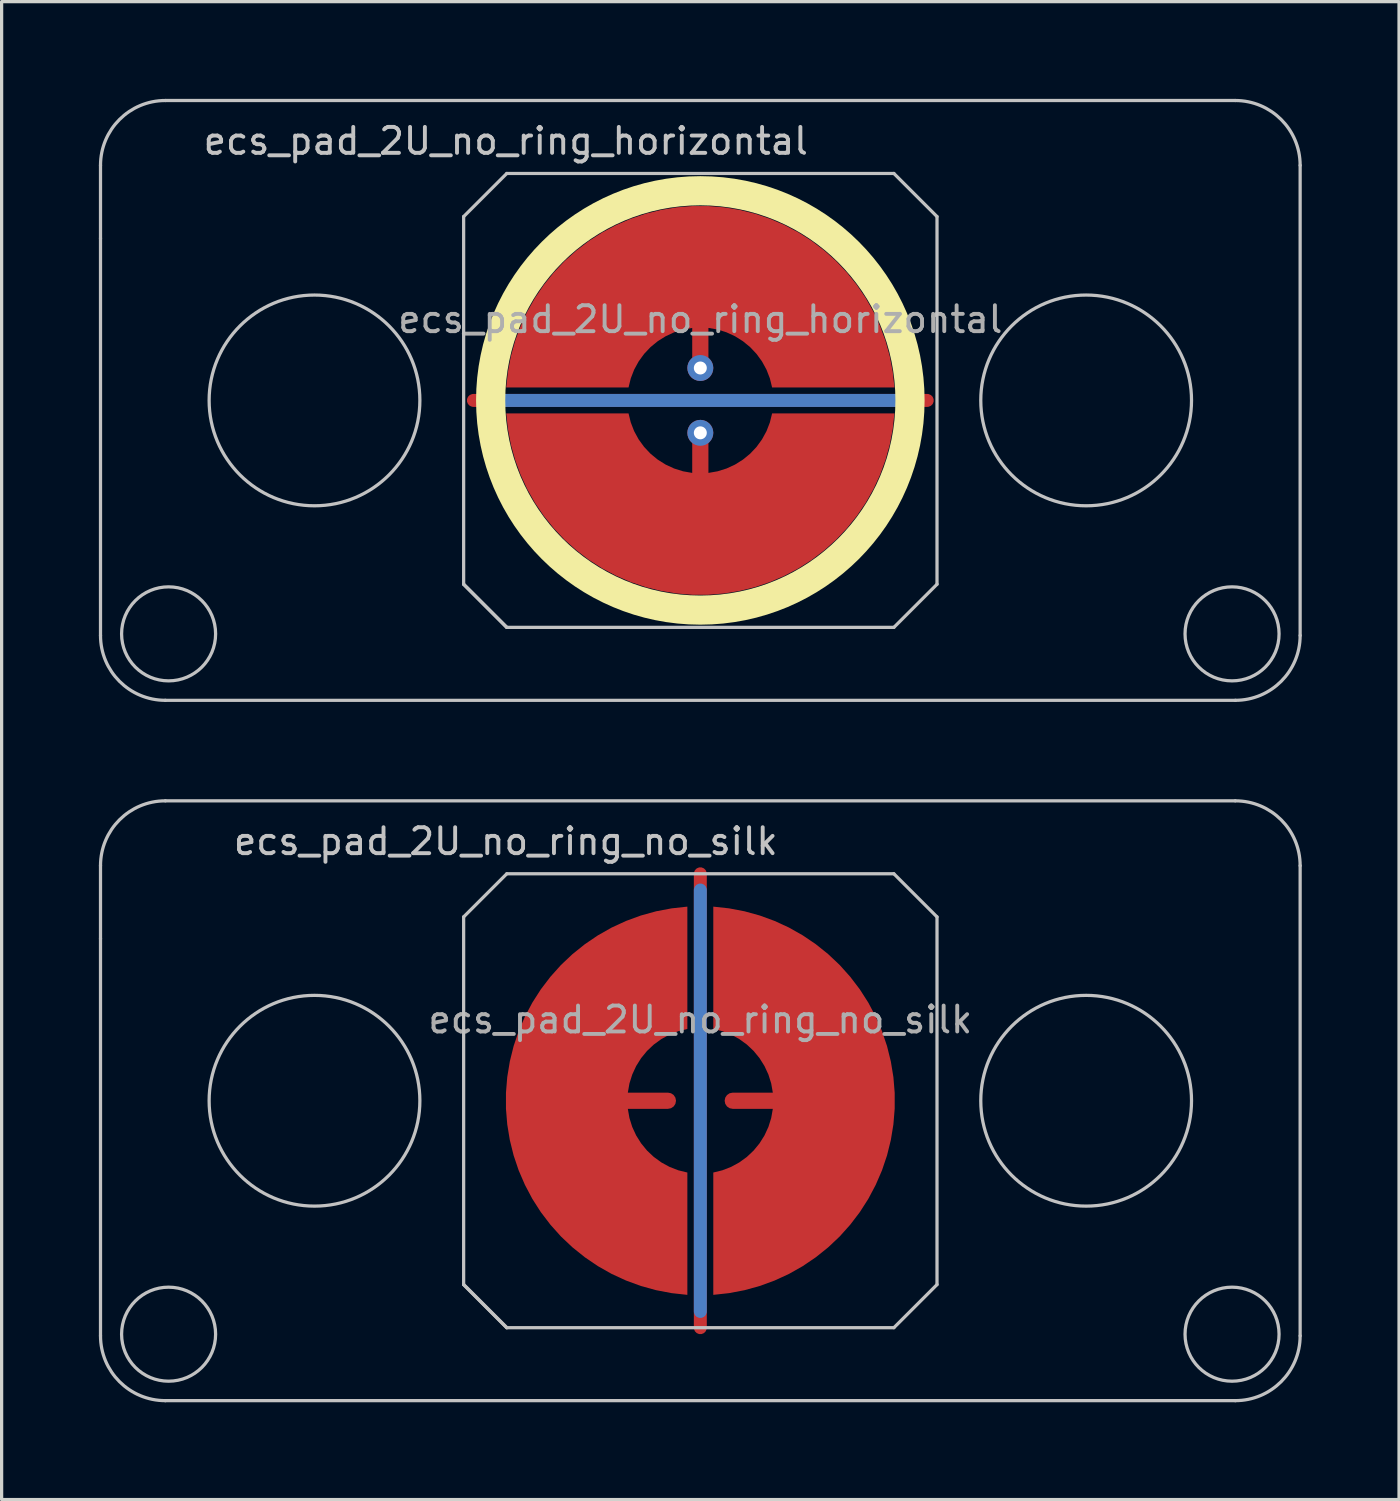
<source format=kicad_pcb>
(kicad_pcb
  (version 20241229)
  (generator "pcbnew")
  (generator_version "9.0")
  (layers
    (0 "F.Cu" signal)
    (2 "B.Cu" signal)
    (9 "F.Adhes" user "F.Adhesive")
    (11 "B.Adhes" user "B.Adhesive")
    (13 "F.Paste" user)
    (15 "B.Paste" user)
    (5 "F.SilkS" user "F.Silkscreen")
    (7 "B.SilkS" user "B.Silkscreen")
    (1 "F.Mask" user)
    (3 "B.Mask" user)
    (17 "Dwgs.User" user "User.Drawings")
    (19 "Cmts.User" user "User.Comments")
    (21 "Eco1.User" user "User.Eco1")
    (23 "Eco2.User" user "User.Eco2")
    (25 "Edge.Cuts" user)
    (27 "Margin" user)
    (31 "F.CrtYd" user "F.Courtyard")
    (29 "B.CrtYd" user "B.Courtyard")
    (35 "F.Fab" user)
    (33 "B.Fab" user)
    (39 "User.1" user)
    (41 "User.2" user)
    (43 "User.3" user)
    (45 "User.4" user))
  (footprint "ecs_pad_2U_no_ring_no_silk"
    (layer "F.Cu")
    (at 18.55 30.9)
    (property "Reference" "ecs_pad_2U_no_ring_no_silk" (at -6 -8 0) (layer "Dwgs.User") (effects (font (size 0.8 0.8) (thickness 0.12))))
    (attr smd)
    (fp_line (start -18.5 -5) (end -18.5 -7.25) (stroke (width 0.1) (type solid)) (layer "Dwgs.User"))
    (fp_line (start -18.5 -5) (end -18.5 7.25) (stroke (width 0.1) (type solid)) (layer "Dwgs.User"))
    (fp_line (start -16.5 -9.25) (end 16.5 -9.25) (stroke (width 0.1) (type solid)) (layer "Dwgs.User"))
    (fp_line (start -16.5 9.25) (end 16.5 9.25) (stroke (width 0.1) (type solid)) (layer "Dwgs.User"))
    (fp_line (start -7.3 -5.67) (end -5.97 -7) (stroke (width 0.1) (type solid)) (layer "Dwgs.User"))
    (fp_line (start -7.3 5.67) (end -7.3 -5.67) (stroke (width 0.1) (type solid)) (layer "Dwgs.User"))
    (fp_line (start -7.3 5.67) (end -5.97 7) (stroke (width 0.1) (type solid)) (layer "Dwgs.User"))
    (fp_line (start -5.97 -7) (end 5.97 -7) (stroke (width 0.1) (type solid)) (layer "Dwgs.User"))
    (fp_line (start -5.97 7) (end -7.3 5.67) (stroke (width 0.1) (type solid)) (layer "Dwgs.User"))
    (fp_line (start 5.97 -7) (end 7.3 -5.67) (stroke (width 0.1) (type solid)) (layer "Dwgs.User"))
    (fp_line (start 5.97 7) (end -5.97 7) (stroke (width 0.1) (type solid)) (layer "Dwgs.User"))
    (fp_line (start 7.3 -5.67) (end 7.3 5.67) (stroke (width 0.1) (type solid)) (layer "Dwgs.User"))
    (fp_line (start 7.3 5.67) (end 5.97 7) (stroke (width 0.1) (type solid)) (layer "Dwgs.User"))
    (fp_line (start 18.5 -7.25) (end 18.5 7.25) (stroke (width 0.1) (type solid)) (layer "Dwgs.User"))
    (fp_arc (start -18.5 -7.25) (mid -17.914214 -8.664214) (end -16.5 -9.25) (stroke (width 0.1) (type solid)) (layer "Dwgs.User"))
    (fp_arc (start -16.5 9.25) (mid -17.914214 8.664214) (end -18.5 7.25) (stroke (width 0.1) (type solid)) (layer "Dwgs.User"))
    (fp_arc (start 16.5 -9.25) (mid 17.914214 -8.664214) (end 18.5 -7.25) (stroke (width 0.1) (type solid)) (layer "Dwgs.User"))
    (fp_arc (start 18.5 7.25) (mid 17.914214 8.664214) (end 16.5 9.25) (stroke (width 0.1) (type solid)) (layer "Dwgs.User"))
    (fp_circle (center -16.4 7.2) (end -14.95 7.2) (stroke (width 0.1) (type solid)) (fill no) (layer "Dwgs.User"))
    (fp_circle (center -11.9 0) (end -8.65 0) (stroke (width 0.1) (type solid)) (fill no) (layer "Dwgs.User"))
    (fp_circle (center 11.9 0) (end 15.15 0) (stroke (width 0.1) (type solid)) (fill no) (layer "Dwgs.User"))
    (fp_circle (center 16.4 7.2) (end 17.85 7.2) (stroke (width 0.1) (type solid)) (fill no) (layer "Dwgs.User"))
    (fp_text user "${REFERENCE}" (at 0 -2.5 0) (layer "F.Fab") (effects (font (size 0.8 0.8) (thickness 0.12))))
    (pad "1" smd custom (at -1 0) (size 0.4 0.4) (layers "F.Cu") (options (anchor circle)) (primitives (gr_poly (pts (xy 0.6 -2.214) (xy 0.32 -2.145) (xy 0.052 -2.041) (xy -0.201 -1.903) (xy -0.434 -1.734) (xy -0.644 -1.536) (xy -0.826 -1.314) (xy -0.979 -1.07) (xy -1.1 -0.808) (xy -1.186 -0.534) (xy -1.236 -0.25) (xy 0 -0.25) (xy 0.096 -0.231) (xy 0.177 -0.177) (xy 0.231 -0.096) (xy 0.25 0) (xy 0.231 0.096) (xy 0.177 0.177) (xy 0.096 0.231) (xy 0 0.25) (xy -1.236 0.25) (xy -1.186 0.534) (xy -1.1 0.808) (xy -0.979 1.07) (xy -0.826 1.314) (xy -0.644 1.536) (xy -0.434 1.734) (xy -0.201 1.903) (xy 0.052 2.041) (xy 0.32 2.145) (xy 0.6 2.214) (xy 0.6 5.987) (xy 0.115 5.934) (xy -0.364 5.843) (xy -0.834 5.713) (xy -1.292 5.545) (xy -1.735 5.341) (xy -2.159 5.101) (xy -2.563 4.827) (xy -2.943 4.522) (xy -3.298 4.187) (xy -3.623 3.824) (xy -3.919 3.436) (xy -4.182 3.025) (xy -4.41 2.594) (xy -4.603 2.147) (xy -4.759 1.684) (xy -4.876 1.211) (xy -4.955 0.73) (xy -4.995 0.244) (xy -4.995 -0.244) (xy -4.955 -0.73) (xy -4.876 -1.211) (xy -4.759 -1.684) (xy -4.603 -2.147) (xy -4.41 -2.594) (xy -4.182 -3.025) (xy -3.919 -3.436) (xy -3.623 -3.824) (xy -3.298 -4.187) (xy -2.943 -4.522) (xy -2.563 -4.827) (xy -2.159 -5.101) (xy -1.735 -5.341) (xy -1.292 -5.545) (xy -0.834 -5.713) (xy -0.364 -5.843) (xy 0.115 -5.934) (xy 0.6 -5.987)) (width 0) (fill yes))))
    (pad "2" smd custom (at 1 0 180) (size 0.4 0.4) (layers "F.Cu") (options (anchor circle)) (primitives (gr_poly (pts (xy 0.6 -2.214) (xy 0.32 -2.145) (xy 0.052 -2.041) (xy -0.201 -1.903) (xy -0.434 -1.734) (xy -0.644 -1.536) (xy -0.826 -1.314) (xy -0.979 -1.07) (xy -1.1 -0.808) (xy -1.186 -0.534) (xy -1.236 -0.25) (xy 0 -0.25) (xy 0.096 -0.231) (xy 0.177 -0.177) (xy 0.231 -0.096) (xy 0.25 0) (xy 0.231 0.096) (xy 0.177 0.177) (xy 0.096 0.231) (xy 0 0.25) (xy -1.236 0.25) (xy -1.186 0.534) (xy -1.1 0.808) (xy -0.979 1.07) (xy -0.826 1.314) (xy -0.644 1.536) (xy -0.434 1.734) (xy -0.201 1.903) (xy 0.052 2.041) (xy 0.32 2.145) (xy 0.6 2.214) (xy 0.6 5.987) (xy 0.115 5.934) (xy -0.364 5.843) (xy -0.834 5.713) (xy -1.292 5.545) (xy -1.735 5.341) (xy -2.159 5.101) (xy -2.563 4.827) (xy -2.943 4.522) (xy -3.298 4.187) (xy -3.623 3.824) (xy -3.919 3.436) (xy -4.182 3.025) (xy -4.41 2.594) (xy -4.603 2.147) (xy -4.759 1.684) (xy -4.876 1.211) (xy -4.955 0.73) (xy -4.995 0.244) (xy -4.995 -0.244) (xy -4.955 -0.73) (xy -4.876 -1.211) (xy -4.759 -1.684) (xy -4.603 -2.147) (xy -4.41 -2.594) (xy -4.182 -3.025) (xy -3.919 -3.436) (xy -3.623 -3.824) (xy -3.298 -4.187) (xy -2.943 -4.522) (xy -2.563 -4.827) (xy -2.159 -5.101) (xy -1.735 -5.341) (xy -1.292 -5.545) (xy -0.834 -5.713) (xy -0.364 -5.843) (xy 0.115 -5.934) (xy 0.6 -5.987)) (width 0) (fill yes))))
    (pad "3" smd custom (at 0 0) (size 0.4 0.4) (layers "F.Cu") (options (anchor rect)) (primitives (gr_line (start 0 -7) (end 0 7) (width 0.4))))
    (pad "3" smd custom (at 0 0) (size 0.4 0.4) (layers "B.Cu") (options (anchor rect)) (primitives (gr_line (start 0 -6.5) (end 0 6.5) (width 0.4))))
    (zone (net_name "") (layer "F.Cu") (hatch edge 0.508) (connect_pads) (min_thickness 0.254) (filled_areas_thickness no) (keepout (tracks allowed) (vias allowed) (pads allowed) (copperpour not_allowed) (footprints allowed)) (placement (enabled no)) (fill) (polygon (pts (xy 25.555 30.9) (xy 25.536 30.387) (xy 25.48 29.877) (xy 25.386 29.372) (xy 25.256 28.875) (xy 25.09 28.39) (xy 24.888 27.917) (xy 24.653 27.461) (xy 24.385 27.024) (xy 24.085 26.607) (xy 23.756 26.213) (xy 23.398 25.844) (xy 23.015 25.503) (xy 22.608 25.19) (xy 22.179 24.908) (xy 21.73 24.659) (xy 21.265 24.442) (xy 20.784 24.261) (xy 20.292 24.115) (xy 19.79 24.006) (xy 19.282 23.933) (xy 18.77 23.899) (xy 18.257 23.901) (xy 17.745 23.942) (xy 17.237 24.019) (xy 16.737 24.134) (xy 16.246 24.285) (xy 15.768 24.471) (xy 15.305 24.692) (xy 14.859 24.947) (xy 14.433 25.233) (xy 14.029 25.55) (xy 13.649 25.895) (xy 13.296 26.268) (xy 12.97 26.665) (xy 12.675 27.085) (xy 12.412 27.525) (xy 12.181 27.984) (xy 11.984 28.458) (xy 11.823 28.946) (xy 11.698 29.444) (xy 11.61 29.949) (xy 11.559 30.46) (xy 11.545 30.973) (xy 11.57 31.486) (xy 11.631 31.996) (xy 11.73 32.5) (xy 11.866 32.995) (xy 12.037 33.479) (xy 12.243 33.949) (xy 12.484 34.402) (xy 12.756 34.837) (xy 13.06 35.251) (xy 13.394 35.641) (xy 13.755 36.006) (xy 14.142 36.344) (xy 14.552 36.652) (xy 14.984 36.929) (xy 15.435 37.174) (xy 15.903 37.386) (xy 16.385 37.562) (xy 16.879 37.703) (xy 17.382 37.807) (xy 17.891 37.874) (xy 18.403 37.903) (xy 18.917 37.895) (xy 19.428 37.85) (xy 19.935 37.767) (xy 20.434 37.647) (xy 20.923 37.491) (xy 21.399 37.299) (xy 21.86 37.073) (xy 22.303 36.814) (xy 22.726 36.524) (xy 23.127 36.203) (xy 23.503 35.853) (xy 23.853 35.477) (xy 24.174 35.076) (xy 24.464 34.653) (xy 24.723 34.21) (xy 24.949 33.749) (xy 25.141 33.273) (xy 25.297 32.784) (xy 25.417 32.285) (xy 25.5 31.778) (xy 25.545 31.267))))
    (zone (net_name "") (layer "B.Cu") (hatch edge 0.508) (connect_pads) (min_thickness 0.254) (filled_areas_thickness no) (keepout (tracks allowed) (vias allowed) (pads allowed) (copperpour not_allowed) (footprints allowed)) (placement (enabled no)) (fill) (polygon (pts (xy 25.108 30.9) (xy 25.088 30.385) (xy 25.028 29.874) (xy 24.927 29.369) (xy 24.787 28.873) (xy 24.609 28.39) (xy 24.393 27.923) (xy 24.142 27.473) (xy 23.856 27.045) (xy 23.537 26.641) (xy 23.187 26.263) (xy 22.809 25.913) (xy 22.405 25.594) (xy 21.977 25.308) (xy 21.527 25.057) (xy 21.06 24.841) (xy 20.577 24.663) (xy 20.081 24.523) (xy 19.576 24.422) (xy 19.065 24.362) (xy 18.55 24.342) (xy 18.035 24.362) (xy 17.524 24.422) (xy 17.019 24.523) (xy 16.523 24.663) (xy 16.04 24.841) (xy 15.573 25.057) (xy 15.123 25.308) (xy 14.695 25.594) (xy 14.291 25.913) (xy 13.913 26.263) (xy 13.563 26.641) (xy 13.244 27.045) (xy 12.958 27.473) (xy 12.707 27.923) (xy 12.491 28.39) (xy 12.313 28.873) (xy 12.173 29.369) (xy 12.072 29.874) (xy 12.012 30.385) (xy 11.992 30.9) (xy 12.012 31.415) (xy 12.072 31.926) (xy 12.173 32.431) (xy 12.313 32.927) (xy 12.491 33.41) (xy 12.707 33.877) (xy 12.958 34.327) (xy 13.244 34.755) (xy 13.563 35.159) (xy 13.913 35.537) (xy 14.291 35.887) (xy 14.695 36.206) (xy 15.123 36.492) (xy 15.573 36.743) (xy 16.04 36.959) (xy 16.523 37.137) (xy 17.019 37.277) (xy 17.524 37.378) (xy 18.035 37.438) (xy 18.55 37.458) (xy 19.065 37.438) (xy 19.576 37.378) (xy 20.081 37.277) (xy 20.577 37.137) (xy 21.06 36.959) (xy 21.527 36.743) (xy 21.977 36.492) (xy 22.405 36.206) (xy 22.809 35.887) (xy 23.187 35.537) (xy 23.537 35.159) (xy 23.856 34.755) (xy 24.142 34.327) (xy 24.393 33.877) (xy 24.609 33.41) (xy 24.787 32.927) (xy 24.927 32.431) (xy 25.028 31.926) (xy 25.088 31.415)))))
  (footprint "ecs_pad_2U_no_ring_horizontal"
    (layer "F.Cu")
    (at 18.55 9.3)
    (property "Reference" "ecs_pad_2U_no_ring_horizontal" (at -6 -8 0) (layer "Dwgs.User") (effects (font (size 0.8 0.8) (thickness 0.12))))
    (attr smd)
    (fp_circle (center 0 0) (end 6.467 0) (stroke (width 0.9) (type solid)) (fill no) (layer "F.SilkS"))
    (fp_line (start -18.5 -5) (end -18.5 -7.25) (stroke (width 0.1) (type solid)) (layer "Dwgs.User"))
    (fp_line (start -18.5 -5) (end -18.5 7.25) (stroke (width 0.1) (type solid)) (layer "Dwgs.User"))
    (fp_line (start -16.5 -9.25) (end 16.5 -9.25) (stroke (width 0.1) (type solid)) (layer "Dwgs.User"))
    (fp_line (start -16.5 9.25) (end 16.5 9.25) (stroke (width 0.1) (type solid)) (layer "Dwgs.User"))
    (fp_line (start -7.3 -5.67) (end -5.97 -7) (stroke (width 0.1) (type solid)) (layer "Dwgs.User"))
    (fp_line (start -7.3 5.67) (end -7.3 -5.67) (stroke (width 0.1) (type solid)) (layer "Dwgs.User"))
    (fp_line (start -7.3 5.67) (end -5.97 7) (stroke (width 0.1) (type solid)) (layer "Dwgs.User"))
    (fp_line (start -5.97 -7) (end 5.97 -7) (stroke (width 0.1) (type solid)) (layer "Dwgs.User"))
    (fp_line (start -5.97 7) (end -7.3 5.67) (stroke (width 0.1) (type solid)) (layer "Dwgs.User"))
    (fp_line (start 5.97 -7) (end 7.3 -5.67) (stroke (width 0.1) (type solid)) (layer "Dwgs.User"))
    (fp_line (start 5.97 7) (end -5.97 7) (stroke (width 0.1) (type solid)) (layer "Dwgs.User"))
    (fp_line (start 7.3 -5.67) (end 7.3 5.67) (stroke (width 0.1) (type solid)) (layer "Dwgs.User"))
    (fp_line (start 7.3 5.67) (end 5.97 7) (stroke (width 0.1) (type solid)) (layer "Dwgs.User"))
    (fp_line (start 18.5 -7.25) (end 18.5 7.25) (stroke (width 0.1) (type solid)) (layer "Dwgs.User"))
    (fp_arc (start -18.5 -7.25) (mid -17.914214 -8.664214) (end -16.5 -9.25) (stroke (width 0.1) (type solid)) (layer "Dwgs.User"))
    (fp_arc (start -16.5 9.25) (mid -17.914214 8.664214) (end -18.5 7.25) (stroke (width 0.1) (type solid)) (layer "Dwgs.User"))
    (fp_arc (start 16.5 -9.25) (mid 17.914214 -8.664214) (end 18.5 -7.25) (stroke (width 0.1) (type solid)) (layer "Dwgs.User"))
    (fp_arc (start 18.5 7.25) (mid 17.914214 8.664214) (end 16.5 9.25) (stroke (width 0.1) (type solid)) (layer "Dwgs.User"))
    (fp_circle (center -16.4 7.2) (end -14.95 7.2) (stroke (width 0.1) (type solid)) (fill no) (layer "Dwgs.User"))
    (fp_circle (center -11.9 0) (end -8.65 0) (stroke (width 0.1) (type solid)) (fill no) (layer "Dwgs.User"))
    (fp_circle (center 11.9 0) (end 15.15 0) (stroke (width 0.1) (type solid)) (fill no) (layer "Dwgs.User"))
    (fp_circle (center 16.4 7.2) (end 17.85 7.2) (stroke (width 0.1) (type solid)) (fill no) (layer "Dwgs.User"))
    (fp_text user "${REFERENCE}" (at 0 -2.5 0) (layer "F.Fab") (effects (font (size 0.8 0.8) (thickness 0.12))))
    (pad "1" smd custom (at 0 1 90) (size 0.4 0.4) (layers "F.Cu") (options (anchor circle)) (primitives (gr_poly (pts (xy 0.6 -2.214) (xy 0.32 -2.145) (xy 0.052 -2.041) (xy -0.201 -1.903) (xy -0.434 -1.734) (xy -0.644 -1.536) (xy -0.826 -1.314) (xy -0.979 -1.07) (xy -1.1 -0.808) (xy -1.186 -0.534) (xy -1.236 -0.25) (xy 0 -0.25) (xy 0.096 -0.231) (xy 0.177 -0.177) (xy 0.231 -0.096) (xy 0.25 0) (xy 0.231 0.096) (xy 0.177 0.177) (xy 0.096 0.231) (xy 0 0.25) (xy -1.236 0.25) (xy -1.186 0.534) (xy -1.1 0.808) (xy -0.979 1.07) (xy -0.826 1.314) (xy -0.644 1.536) (xy -0.434 1.734) (xy -0.201 1.903) (xy 0.052 2.041) (xy 0.32 2.145) (xy 0.6 2.214) (xy 0.6 5.987) (xy 0.115 5.934) (xy -0.364 5.843) (xy -0.834 5.713) (xy -1.292 5.545) (xy -1.735 5.341) (xy -2.159 5.101) (xy -2.563 4.827) (xy -2.943 4.522) (xy -3.298 4.187) (xy -3.623 3.824) (xy -3.919 3.436) (xy -4.182 3.025) (xy -4.41 2.594) (xy -4.603 2.147) (xy -4.759 1.684) (xy -4.876 1.211) (xy -4.955 0.73) (xy -4.995 0.244) (xy -4.995 -0.244) (xy -4.955 -0.73) (xy -4.876 -1.211) (xy -4.759 -1.684) (xy -4.603 -2.147) (xy -4.41 -2.594) (xy -4.182 -3.025) (xy -3.919 -3.436) (xy -3.623 -3.824) (xy -3.298 -4.187) (xy -2.943 -4.522) (xy -2.563 -4.827) (xy -2.159 -5.101) (xy -1.735 -5.341) (xy -1.292 -5.545) (xy -0.834 -5.713) (xy -0.364 -5.843) (xy 0.115 -5.934) (xy 0.6 -5.987)) (width 0) (fill yes))))
    (pad "1" thru_hole circle (at 0 1 90) (size 0.8 0.8) (drill 0.4) (layers "*.Cu"))
    (pad "2" smd custom (at 0 -1 270) (size 0.4 0.4) (layers "F.Cu") (options (anchor circle)) (primitives (gr_poly (pts (xy 0.6 -2.214) (xy 0.32 -2.145) (xy 0.052 -2.041) (xy -0.201 -1.903) (xy -0.434 -1.734) (xy -0.644 -1.536) (xy -0.826 -1.314) (xy -0.979 -1.07) (xy -1.1 -0.808) (xy -1.186 -0.534) (xy -1.236 -0.25) (xy 0 -0.25) (xy 0.096 -0.231) (xy 0.177 -0.177) (xy 0.231 -0.096) (xy 0.25 0) (xy 0.231 0.096) (xy 0.177 0.177) (xy 0.096 0.231) (xy 0 0.25) (xy -1.236 0.25) (xy -1.186 0.534) (xy -1.1 0.808) (xy -0.979 1.07) (xy -0.826 1.314) (xy -0.644 1.536) (xy -0.434 1.734) (xy -0.201 1.903) (xy 0.052 2.041) (xy 0.32 2.145) (xy 0.6 2.214) (xy 0.6 5.987) (xy 0.115 5.934) (xy -0.364 5.843) (xy -0.834 5.713) (xy -1.292 5.545) (xy -1.735 5.341) (xy -2.159 5.101) (xy -2.563 4.827) (xy -2.943 4.522) (xy -3.298 4.187) (xy -3.623 3.824) (xy -3.919 3.436) (xy -4.182 3.025) (xy -4.41 2.594) (xy -4.603 2.147) (xy -4.759 1.684) (xy -4.876 1.211) (xy -4.955 0.73) (xy -4.995 0.244) (xy -4.995 -0.244) (xy -4.955 -0.73) (xy -4.876 -1.211) (xy -4.759 -1.684) (xy -4.603 -2.147) (xy -4.41 -2.594) (xy -4.182 -3.025) (xy -3.919 -3.436) (xy -3.623 -3.824) (xy -3.298 -4.187) (xy -2.943 -4.522) (xy -2.563 -4.827) (xy -2.159 -5.101) (xy -1.735 -5.341) (xy -1.292 -5.545) (xy -0.834 -5.713) (xy -0.364 -5.843) (xy 0.115 -5.934) (xy 0.6 -5.987)) (width 0) (fill yes))))
    (pad "2" thru_hole circle (at 0 -1 90) (size 0.8 0.8) (drill 0.4) (layers "*.Cu"))
    (pad "3" smd custom (at 0 0 90) (size 0.4 0.4) (layers "F.Cu") (options (anchor rect)) (primitives (gr_line (start 0 -7) (end 0 7) (width 0.4))))
    (pad "3" smd custom (at 0 0 90) (size 0.4 0.4) (layers "B.Cu") (options (anchor rect)) (primitives (gr_line (start 0 -6.5) (end 0 6.5) (width 0.4))))
    (zone (net_name "") (layer "F.Cu") (hatch edge 0.508) (connect_pads) (min_thickness 0.254) (filled_areas_thickness no) (keepout (tracks allowed) (vias allowed) (pads allowed) (copperpour not_allowed) (footprints allowed)) (placement (enabled no)) (fill) (polygon (pts (xy 25.555 9.3) (xy 25.536 8.787) (xy 25.48 8.277) (xy 25.386 7.772) (xy 25.256 7.275) (xy 25.09 6.79) (xy 24.888 6.317) (xy 24.653 5.861) (xy 24.385 5.424) (xy 24.085 5.007) (xy 23.756 4.613) (xy 23.398 4.244) (xy 23.015 3.903) (xy 22.608 3.59) (xy 22.179 3.308) (xy 21.73 3.059) (xy 21.265 2.842) (xy 20.784 2.661) (xy 20.292 2.515) (xy 19.79 2.406) (xy 19.282 2.333) (xy 18.77 2.299) (xy 18.257 2.301) (xy 17.745 2.342) (xy 17.237 2.419) (xy 16.737 2.534) (xy 16.246 2.685) (xy 15.768 2.871) (xy 15.305 3.092) (xy 14.859 3.347) (xy 14.433 3.633) (xy 14.029 3.95) (xy 13.649 4.295) (xy 13.296 4.668) (xy 12.97 5.065) (xy 12.675 5.485) (xy 12.412 5.925) (xy 12.181 6.384) (xy 11.984 6.858) (xy 11.823 7.346) (xy 11.698 7.844) (xy 11.61 8.349) (xy 11.559 8.86) (xy 11.545 9.373) (xy 11.57 9.886) (xy 11.631 10.396) (xy 11.73 10.9) (xy 11.866 11.395) (xy 12.037 11.879) (xy 12.243 12.349) (xy 12.484 12.802) (xy 12.756 13.237) (xy 13.06 13.651) (xy 13.394 14.041) (xy 13.755 14.406) (xy 14.142 14.744) (xy 14.552 15.052) (xy 14.984 15.329) (xy 15.435 15.574) (xy 15.903 15.786) (xy 16.385 15.962) (xy 16.879 16.103) (xy 17.382 16.207) (xy 17.891 16.274) (xy 18.403 16.303) (xy 18.917 16.295) (xy 19.428 16.25) (xy 19.935 16.167) (xy 20.434 16.047) (xy 20.923 15.891) (xy 21.399 15.699) (xy 21.86 15.473) (xy 22.303 15.214) (xy 22.726 14.924) (xy 23.127 14.603) (xy 23.503 14.253) (xy 23.853 13.877) (xy 24.174 13.476) (xy 24.464 13.053) (xy 24.723 12.61) (xy 24.949 12.149) (xy 25.141 11.673) (xy 25.297 11.184) (xy 25.417 10.685) (xy 25.5 10.178) (xy 25.545 9.667))))
    (zone (net_name "") (layer "B.Cu") (hatch edge 0.508) (connect_pads) (min_thickness 0.254) (filled_areas_thickness no) (keepout (tracks allowed) (vias allowed) (pads allowed) (copperpour not_allowed) (footprints allowed)) (placement (enabled no)) (fill) (polygon (pts (xy 25.108 9.3) (xy 25.088 8.785) (xy 25.028 8.274) (xy 24.927 7.769) (xy 24.787 7.273) (xy 24.609 6.79) (xy 24.393 6.323) (xy 24.142 5.873) (xy 23.856 5.445) (xy 23.537 5.041) (xy 23.187 4.663) (xy 22.809 4.313) (xy 22.405 3.994) (xy 21.977 3.708) (xy 21.527 3.457) (xy 21.06 3.241) (xy 20.577 3.063) (xy 20.081 2.923) (xy 19.576 2.822) (xy 19.065 2.762) (xy 18.55 2.742) (xy 18.035 2.762) (xy 17.524 2.822) (xy 17.019 2.923) (xy 16.523 3.063) (xy 16.04 3.241) (xy 15.573 3.457) (xy 15.123 3.708) (xy 14.695 3.994) (xy 14.291 4.313) (xy 13.913 4.663) (xy 13.563 5.041) (xy 13.244 5.445) (xy 12.958 5.873) (xy 12.707 6.323) (xy 12.491 6.79) (xy 12.313 7.273) (xy 12.173 7.769) (xy 12.072 8.274) (xy 12.012 8.785) (xy 11.992 9.3) (xy 12.012 9.815) (xy 12.072 10.326) (xy 12.173 10.831) (xy 12.313 11.327) (xy 12.491 11.81) (xy 12.707 12.277) (xy 12.958 12.727) (xy 13.244 13.155) (xy 13.563 13.559) (xy 13.913 13.937) (xy 14.291 14.287) (xy 14.695 14.606) (xy 15.123 14.892) (xy 15.573 15.143) (xy 16.04 15.359) (xy 16.523 15.537) (xy 17.019 15.677) (xy 17.524 15.778) (xy 18.035 15.838) (xy 18.55 15.858) (xy 19.065 15.838) (xy 19.576 15.778) (xy 20.081 15.677) (xy 20.577 15.537) (xy 21.06 15.359) (xy 21.527 15.143) (xy 21.977 14.892) (xy 22.405 14.606) (xy 22.809 14.287) (xy 23.187 13.937) (xy 23.537 13.559) (xy 23.856 13.155) (xy 24.142 12.727) (xy 24.393 12.277) (xy 24.609 11.81) (xy 24.787 11.327) (xy 24.927 10.831) (xy 25.028 10.326) (xy 25.088 9.815)))))
  (gr_rect
    (start -3 -3)
    (end 40.1 43.2)
    (stroke (width 0.1) (type default))
    (fill no)
    (layer "Edge.Cuts")))
</source>
